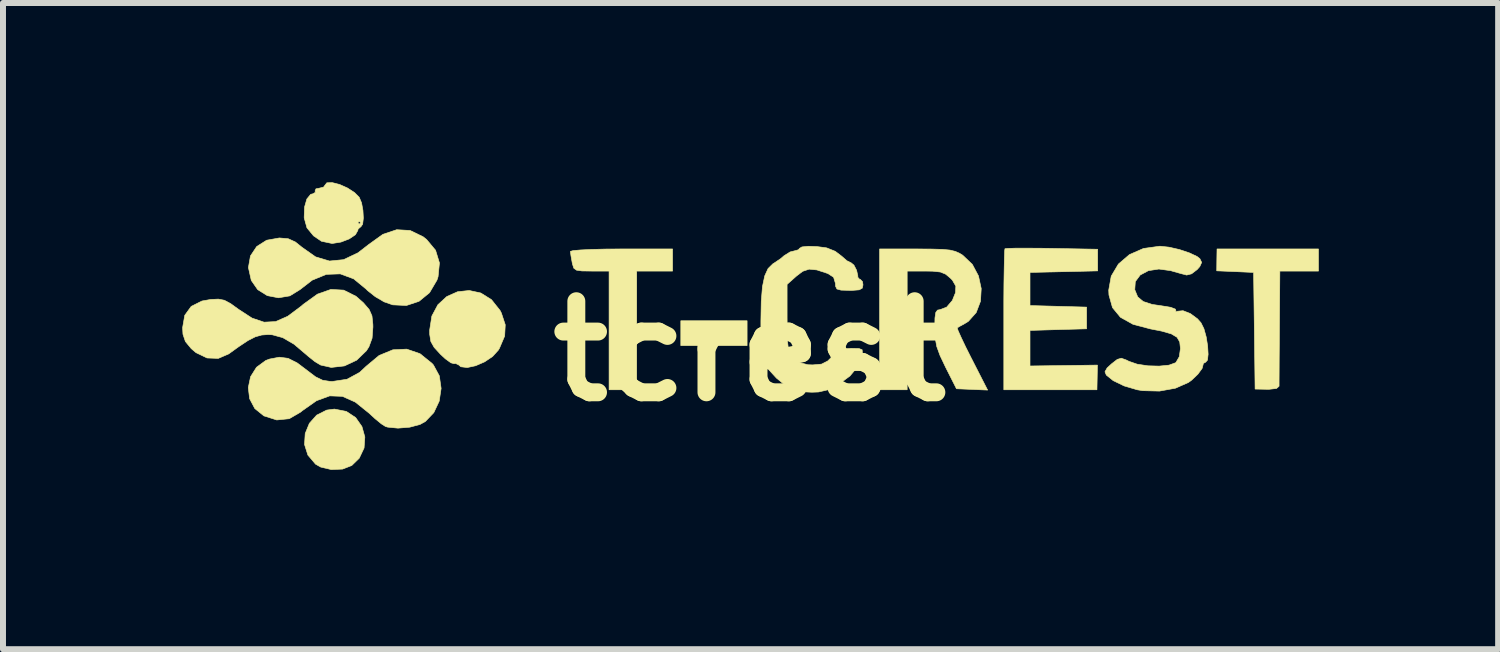
<source format=kicad_pcb>
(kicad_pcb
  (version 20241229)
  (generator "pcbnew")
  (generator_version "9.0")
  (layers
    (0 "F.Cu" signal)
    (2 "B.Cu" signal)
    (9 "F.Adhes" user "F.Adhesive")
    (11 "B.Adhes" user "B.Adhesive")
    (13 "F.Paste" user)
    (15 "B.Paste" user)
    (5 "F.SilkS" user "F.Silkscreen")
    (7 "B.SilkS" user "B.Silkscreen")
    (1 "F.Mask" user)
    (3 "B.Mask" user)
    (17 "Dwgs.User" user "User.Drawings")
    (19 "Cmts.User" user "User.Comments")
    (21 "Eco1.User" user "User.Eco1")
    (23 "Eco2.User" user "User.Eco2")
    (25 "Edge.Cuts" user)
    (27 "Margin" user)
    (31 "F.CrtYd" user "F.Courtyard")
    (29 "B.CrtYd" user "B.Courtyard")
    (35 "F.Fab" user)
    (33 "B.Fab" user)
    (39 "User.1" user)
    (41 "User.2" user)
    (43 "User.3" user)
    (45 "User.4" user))
  (footprint "tcrest"
    (layer "F.Cu")
    (at 9.495 2.824)
    (property "Reference" "tcrest" (at 0 0 0) (layer "F.SilkS") (effects (font (size 1.524 1.524) (thickness 0.3))))
    (attr through_hole)
    (fp_poly (pts (xy -0.046 -0.092) (xy -1.155 -0.092) (xy -1.155 -0.508) (xy -0.046 -0.508) (xy -0.046 -0.092)) (stroke (width 0.01) (type solid)) (fill yes) (layer "F.SilkS"))
    (fp_poly (pts (xy -6.751 1.009) (xy -6.595 1.112) (xy -6.49 1.262) (xy -6.441 1.437) (xy -6.454 1.621) (xy -6.535 1.792) (xy -6.66 1.914) (xy -6.814 1.974) (xy -7.002 1.982) (xy -7.18 1.94) (xy -7.266 1.891) (xy -7.394 1.74) (xy -7.45 1.563) (xy -7.439 1.379) (xy -7.369 1.208) (xy -7.247 1.071) (xy -7.08 0.987) (xy -6.95 0.97) (xy -6.751 1.009)) (stroke (width 0.01) (type solid)) (fill yes) (layer "F.SilkS"))
    (fp_poly (pts (xy -1.293 -1.339) (xy -1.893 -1.339) (xy -1.893 0.647) (xy -2.355 0.647) (xy -2.355 -1.339) (xy -2.65 -1.339) (xy -2.809 -1.341) (xy -2.9 -1.354) (xy -2.945 -1.387) (xy -2.966 -1.452) (xy -2.973 -1.484) (xy -2.993 -1.597) (xy -3.002 -1.668) (xy -3.002 -1.668) (xy -2.958 -1.681) (xy -2.836 -1.692) (xy -2.651 -1.701) (xy -2.416 -1.707) (xy -2.147 -1.709) (xy -1.293 -1.709) (xy -1.293 -1.339)) (stroke (width 0.01) (type solid)) (fill yes) (layer "F.SilkS"))
    (fp_poly (pts (xy 9.513 -1.339) (xy 8.867 -1.339) (xy 8.86 -0.404) (xy 8.858 -0.117) (xy 8.856 0.14) (xy 8.855 0.352) (xy 8.854 0.504) (xy 8.854 0.582) (xy 8.854 0.587) (xy 8.812 0.625) (xy 8.688 0.639) (xy 8.655 0.639) (xy 8.453 0.635) (xy 8.441 -0.341) (xy 8.428 -1.316) (xy 8.119 -1.33) (xy 7.811 -1.343) (xy 7.813 -1.526) (xy 7.816 -1.709) (xy 9.513 -1.709) (xy 9.513 -1.339)) (stroke (width 0.01) (type solid)) (fill yes) (layer "F.SilkS"))
    (fp_poly (pts (xy 4.866 -1.721) (xy 5.053 -1.718) (xy 5.819 -1.704) (xy 5.819 -1.342) (xy 4.687 -1.316) (xy 4.687 -0.762) (xy 5.161 -0.749) (xy 5.634 -0.736) (xy 5.634 -0.373) (xy 5.161 -0.36) (xy 4.687 -0.346) (xy 4.687 0.249) (xy 5.815 0.234) (xy 5.811 0.44) (xy 5.807 0.647) (xy 4.249 0.647) (xy 4.249 -0.523) (xy 4.249 -0.842) (xy 4.251 -1.13) (xy 4.255 -1.373) (xy 4.259 -1.56) (xy 4.263 -1.677) (xy 4.268 -1.713) (xy 4.318 -1.718) (xy 4.445 -1.722) (xy 4.633 -1.722) (xy 4.866 -1.721)) (stroke (width 0.01) (type solid)) (fill yes) (layer "F.SilkS"))
    (fp_poly (pts (xy -4.501 -0.972) (xy -4.323 -0.861) (xy -4.179 -0.68) (xy -4.157 -0.637) (xy -4.092 -0.44) (xy -4.102 -0.252) (xy -4.189 -0.048) (xy -4.208 -0.016) (xy -4.304 0.09) (xy -4.438 0.18) (xy -4.588 0.245) (xy -4.728 0.275) (xy -4.835 0.262) (xy -4.873 0.23) (xy -4.929 0.204) (xy -4.946 0.211) (xy -5.001 0.196) (xy -5.094 0.129) (xy -5.174 0.055) (xy -5.282 -0.063) (xy -5.337 -0.161) (xy -5.356 -0.279) (xy -5.357 -0.35) (xy -5.32 -0.587) (xy -5.219 -0.776) (xy -5.07 -0.913) (xy -4.89 -0.993) (xy -4.695 -1.014) (xy -4.501 -0.972)) (stroke (width 0.01) (type solid)) (fill yes) (layer "F.SilkS"))
    (fp_poly (pts (xy -5.683 -2.018) (xy -5.466 -1.913) (xy -5.408 -1.867) (xy -5.258 -1.687) (xy -5.193 -1.475) (xy -5.216 -1.245) (xy -5.235 -1.187) (xy -5.359 -0.977) (xy -5.535 -0.833) (xy -5.746 -0.763) (xy -5.975 -0.774) (xy -6.119 -0.824) (xy -6.267 -0.911) (xy -6.398 -1.015) (xy -6.419 -1.037) (xy -6.628 -1.209) (xy -6.852 -1.292) (xy -7.085 -1.284) (xy -7.322 -1.187) (xy -7.527 -1.028) (xy -7.696 -0.924) (xy -7.886 -0.892) (xy -8.073 -0.928) (xy -8.234 -1.029) (xy -8.341 -1.183) (xy -8.389 -1.398) (xy -8.355 -1.592) (xy -8.25 -1.75) (xy -8.084 -1.855) (xy -7.871 -1.893) (xy -7.723 -1.88) (xy -7.604 -1.826) (xy -7.493 -1.737) (xy -7.264 -1.576) (xy -7.032 -1.507) (xy -6.797 -1.53) (xy -6.555 -1.645) (xy -6.377 -1.783) (xy -6.14 -1.953) (xy -5.908 -2.031) (xy -5.683 -2.018)) (stroke (width 0.01) (type solid)) (fill yes) (layer "F.SilkS"))
    (fp_poly (pts (xy -6.864 -2.788) (xy -6.732 -2.729) (xy -6.613 -2.652) (xy -6.535 -2.573) (xy -6.496 -2.48) (xy -6.473 -2.354) (xy -6.466 -2.225) (xy -6.478 -2.123) (xy -6.509 -2.078) (xy -6.512 -2.078) (xy -6.554 -2.042) (xy -6.558 -2.019) (xy -6.599 -1.947) (xy -6.703 -1.877) (xy -6.841 -1.824) (xy -6.985 -1.801) (xy -6.991 -1.801) (xy -7.167 -1.838) (xy -7.299 -1.928) (xy -7.41 -2.063) (xy -7.433 -2.147) (xy -6.558 -2.147) (xy -6.535 -2.124) (xy -6.512 -2.147) (xy -6.535 -2.171) (xy -6.558 -2.147) (xy -7.433 -2.147) (xy -7.455 -2.226) (xy -7.456 -2.238) (xy -7.45 -2.41) (xy -7.411 -2.545) (xy -7.347 -2.623) (xy -7.31 -2.632) (xy -7.268 -2.657) (xy -7.274 -2.679) (xy -7.259 -2.715) (xy -7.207 -2.725) (xy -7.131 -2.744) (xy -7.112 -2.771) (xy -7.077 -2.816) (xy -6.987 -2.819) (xy -6.864 -2.788)) (stroke (width 0.01) (type solid)) (fill yes) (layer "F.SilkS"))
    (fp_poly (pts (xy -5.519 0.043) (xy -5.319 0.204) (xy -5.293 0.233) (xy -5.195 0.414) (xy -5.165 0.624) (xy -5.197 0.837) (xy -5.287 1.029) (xy -5.428 1.177) (xy -5.518 1.227) (xy -5.69 1.273) (xy -5.887 1.289) (xy -6.059 1.272) (xy -6.096 1.261) (xy -6.165 1.217) (xy -6.273 1.128) (xy -6.373 1.036) (xy -6.601 0.853) (xy -6.816 0.757) (xy -7.029 0.749) (xy -7.25 0.83) (xy -7.489 0.998) (xy -7.518 1.022) (xy -7.706 1.131) (xy -7.915 1.152) (xy -8.13 1.084) (xy -8.282 0.961) (xy -8.369 0.796) (xy -8.391 0.611) (xy -8.353 0.429) (xy -8.254 0.271) (xy -8.099 0.157) (xy -8.035 0.133) (xy -7.872 0.102) (xy -7.725 0.121) (xy -7.571 0.199) (xy -7.407 0.323) (xy -7.263 0.432) (xy -7.146 0.488) (xy -7.022 0.507) (xy -6.984 0.508) (xy -6.739 0.471) (xy -6.528 0.356) (xy -6.419 0.254) (xy -6.202 0.073) (xy -5.972 -0.022) (xy -5.741 -0.033) (xy -5.519 0.043)) (stroke (width 0.01) (type solid)) (fill yes) (layer "F.SilkS"))
    (fp_poly (pts (xy 3.042 -1.707) (xy 3.222 -1.702) (xy 3.348 -1.69) (xy 3.438 -1.668) (xy 3.511 -1.635) (xy 3.561 -1.604) (xy 3.722 -1.451) (xy 3.825 -1.258) (xy 3.871 -1.046) (xy 3.859 -0.835) (xy 3.787 -0.645) (xy 3.656 -0.498) (xy 3.593 -0.459) (xy 3.507 -0.412) (xy 3.47 -0.389) (xy 3.483 -0.345) (xy 3.532 -0.235) (xy 3.608 -0.075) (xy 3.705 0.118) (xy 3.716 0.139) (xy 3.978 0.652) (xy 3.717 0.641) (xy 3.457 0.63) (xy 3.275 0.27) (xy 3.182 0.074) (xy 3.127 -0.077) (xy 3.101 -0.218) (xy 3.094 -0.384) (xy 3.094 -0.392) (xy 3.097 -0.555) (xy 3.111 -0.647) (xy 3.14 -0.686) (xy 3.179 -0.693) (xy 3.292 -0.735) (xy 3.388 -0.847) (xy 3.441 -0.979) (xy 3.446 -1.087) (xy 3.389 -1.186) (xy 3.355 -1.221) (xy 3.276 -1.287) (xy 3.188 -1.323) (xy 3.06 -1.337) (xy 2.935 -1.339) (xy 2.632 -1.339) (xy 2.632 0.647) (xy 2.171 0.647) (xy 2.171 -1.709) (xy 2.787 -1.709) (xy 3.042 -1.707)) (stroke (width 0.01) (type solid)) (fill yes) (layer "F.SilkS"))
    (fp_poly (pts (xy -6.795 -1.02) (xy -6.589 -0.917) (xy -6.466 -0.809) (xy -6.369 -0.696) (xy -6.322 -0.59) (xy -6.307 -0.448) (xy -6.306 -0.404) (xy -6.32 -0.216) (xy -6.373 -0.072) (xy -6.415 -0.006) (xy -6.578 0.152) (xy -6.783 0.248) (xy -7.003 0.273) (xy -7.181 0.233) (xy -7.275 0.177) (xy -7.388 0.087) (xy -7.412 0.066) (xy -7.627 -0.116) (xy -7.814 -0.225) (xy -7.99 -0.273) (xy -8.059 -0.277) (xy -8.168 -0.269) (xy -8.274 -0.239) (xy -8.396 -0.177) (xy -8.553 -0.073) (xy -8.719 0.047) (xy -8.893 0.122) (xy -9.081 0.115) (xy -9.266 0.026) (xy -9.345 -0.041) (xy -9.443 -0.16) (xy -9.484 -0.282) (xy -9.49 -0.392) (xy -9.454 -0.599) (xy -9.346 -0.748) (xy -9.167 -0.838) (xy -9.021 -0.864) (xy -8.892 -0.87) (xy -8.792 -0.851) (xy -8.687 -0.795) (xy -8.553 -0.698) (xy -8.328 -0.552) (xy -8.127 -0.484) (xy -7.933 -0.494) (xy -7.731 -0.583) (xy -7.504 -0.753) (xy -7.471 -0.782) (xy -7.234 -0.953) (xy -7.009 -1.032) (xy -6.795 -1.02)) (stroke (width 0.01) (type solid)) (fill yes) (layer "F.SilkS"))
    (fp_poly (pts (xy 7.012 -1.739) (xy 7.187 -1.699) (xy 7.354 -1.643) (xy 7.482 -1.583) (xy 7.529 -1.546) (xy 7.559 -1.484) (xy 7.528 -1.415) (xy 7.484 -1.365) (xy 7.39 -1.293) (xy 7.307 -1.272) (xy 7.304 -1.273) (xy 7.212 -1.297) (xy 7.078 -1.335) (xy 7.04 -1.346) (xy 6.843 -1.373) (xy 6.668 -1.346) (xy 6.531 -1.273) (xy 6.449 -1.163) (xy 6.44 -1.027) (xy 6.441 -1.024) (xy 6.489 -0.907) (xy 6.58 -0.83) (xy 6.73 -0.781) (xy 6.887 -0.758) (xy 7.041 -0.733) (xy 7.12 -0.702) (xy 7.127 -0.68) (xy 7.127 -0.655) (xy 7.154 -0.667) (xy 7.247 -0.676) (xy 7.368 -0.629) (xy 7.489 -0.54) (xy 7.548 -0.473) (xy 7.597 -0.374) (xy 7.635 -0.236) (xy 7.659 -0.085) (xy 7.667 0.053) (xy 7.656 0.151) (xy 7.626 0.185) (xy 7.584 0.208) (xy 7.585 0.219) (xy 7.567 0.289) (xy 7.495 0.387) (xy 7.392 0.485) (xy 7.337 0.525) (xy 7.119 0.621) (xy 6.853 0.669) (xy 6.574 0.662) (xy 6.481 0.647) (xy 6.263 0.583) (xy 6.079 0.494) (xy 5.964 0.401) (xy 5.941 0.346) (xy 5.977 0.282) (xy 6.052 0.213) (xy 6.147 0.139) (xy 6.215 0.119) (xy 6.296 0.148) (xy 6.342 0.171) (xy 6.481 0.219) (xy 6.66 0.246) (xy 6.848 0.251) (xy 7.012 0.235) (xy 7.122 0.195) (xy 7.128 0.191) (xy 7.185 0.093) (xy 7.204 -0.044) (xy 7.192 -0.153) (xy 7.147 -0.231) (xy 7.052 -0.288) (xy 6.892 -0.334) (xy 6.703 -0.371) (xy 6.411 -0.448) (xy 6.2 -0.566) (xy 6.067 -0.728) (xy 6.008 -0.938) (xy 6.004 -1.02) (xy 6.046 -1.254) (xy 6.166 -1.456) (xy 6.35 -1.614) (xy 6.585 -1.717) (xy 6.859 -1.755) (xy 6.861 -1.755) (xy 7.012 -1.739)) (stroke (width 0.01) (type solid)) (fill yes) (layer "F.SilkS"))
    (fp_poly (pts (xy 1.121 -1.749) (xy 1.274 -1.729) (xy 1.288 -1.726) (xy 1.428 -1.67) (xy 1.536 -1.588) (xy 1.623 -1.512) (xy 1.69 -1.479) (xy 1.692 -1.479) (xy 1.741 -1.439) (xy 1.786 -1.352) (xy 1.807 -1.257) (xy 1.806 -1.235) (xy 1.836 -1.202) (xy 1.847 -1.201) (xy 1.885 -1.162) (xy 1.893 -1.108) (xy 1.881 -1.053) (xy 1.83 -1.025) (xy 1.716 -1.016) (xy 1.663 -1.016) (xy 1.526 -1.02) (xy 1.457 -1.039) (xy 1.434 -1.085) (xy 1.432 -1.133) (xy 1.401 -1.236) (xy 1.305 -1.298) (xy 1.122 -1.358) (xy 0.992 -1.371) (xy 0.884 -1.335) (xy 0.779 -1.255) (xy 0.623 -1.116) (xy 0.623 -0.562) (xy 0.625 -0.325) (xy 0.63 -0.162) (xy 0.643 -0.053) (xy 0.667 0.02) (xy 0.704 0.077) (xy 0.735 0.112) (xy 0.84 0.194) (xy 0.969 0.228) (xy 1.051 0.231) (xy 1.199 0.218) (xy 1.302 0.166) (xy 1.377 0.092) (xy 1.478 -0.001) (xy 1.589 -0.04) (xy 1.701 -0.046) (xy 1.826 -0.043) (xy 1.879 -0.022) (xy 1.883 0.032) (xy 1.872 0.081) (xy 1.801 0.264) (xy 1.675 0.416) (xy 1.488 0.554) (xy 1.313 0.646) (xy 1.149 0.684) (xy 1.039 0.688) (xy 0.89 0.681) (xy 0.773 0.667) (xy 0.739 0.659) (xy 0.599 0.578) (xy 0.445 0.451) (xy 0.315 0.309) (xy 0.278 0.255) (xy 0.239 0.181) (xy 0.212 0.095) (xy 0.196 -0.021) (xy 0.188 -0.187) (xy 0.185 -0.421) (xy 0.185 -0.503) (xy 0.191 -0.831) (xy 0.211 -1.079) (xy 0.249 -1.258) (xy 0.305 -1.381) (xy 0.385 -1.46) (xy 0.408 -1.474) (xy 0.519 -1.549) (xy 0.573 -1.596) (xy 0.674 -1.659) (xy 0.738 -1.675) (xy 0.814 -1.696) (xy 0.831 -1.719) (xy 0.872 -1.743) (xy 0.978 -1.754) (xy 1.121 -1.749)) (stroke (width 0.01) (type solid)) (fill yes) (layer "F.SilkS")))
  (gr_rect
    (start -3 -3)
    (end 22.014 7.811)
    (stroke (width 0.1) (type default))
    (fill no)
    (layer "Edge.Cuts")))
</source>
